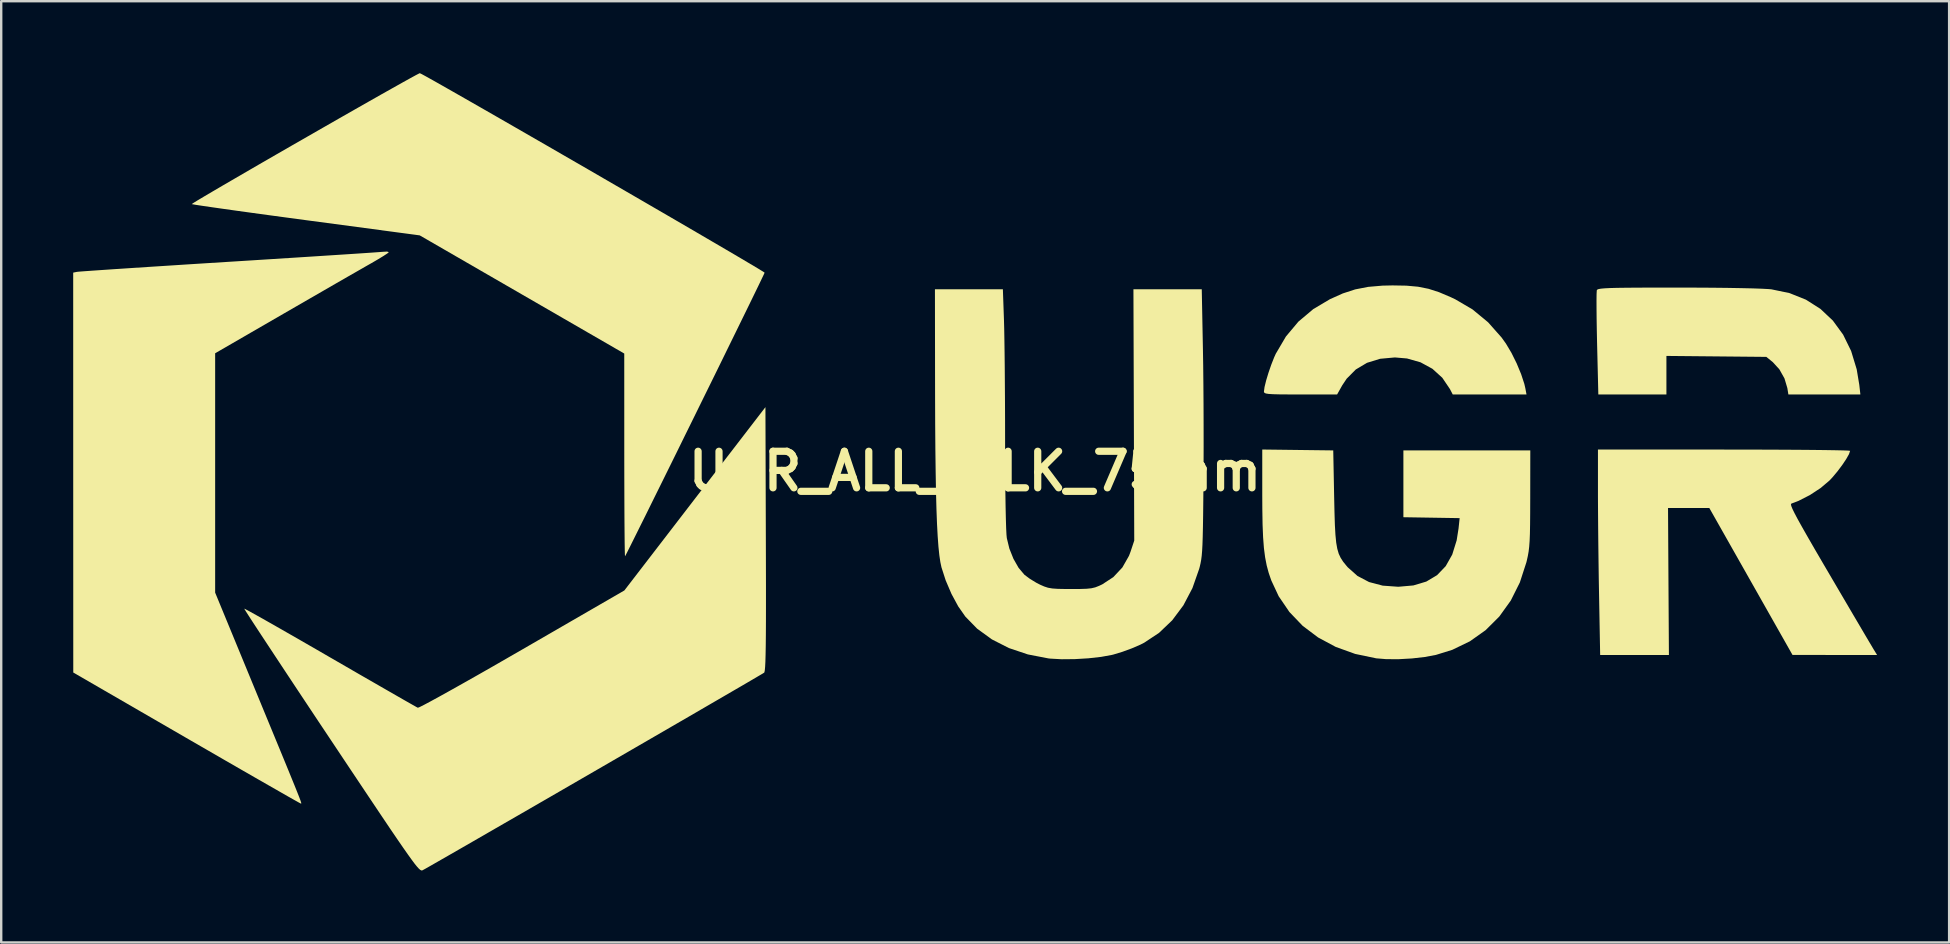
<source format=kicad_pcb>
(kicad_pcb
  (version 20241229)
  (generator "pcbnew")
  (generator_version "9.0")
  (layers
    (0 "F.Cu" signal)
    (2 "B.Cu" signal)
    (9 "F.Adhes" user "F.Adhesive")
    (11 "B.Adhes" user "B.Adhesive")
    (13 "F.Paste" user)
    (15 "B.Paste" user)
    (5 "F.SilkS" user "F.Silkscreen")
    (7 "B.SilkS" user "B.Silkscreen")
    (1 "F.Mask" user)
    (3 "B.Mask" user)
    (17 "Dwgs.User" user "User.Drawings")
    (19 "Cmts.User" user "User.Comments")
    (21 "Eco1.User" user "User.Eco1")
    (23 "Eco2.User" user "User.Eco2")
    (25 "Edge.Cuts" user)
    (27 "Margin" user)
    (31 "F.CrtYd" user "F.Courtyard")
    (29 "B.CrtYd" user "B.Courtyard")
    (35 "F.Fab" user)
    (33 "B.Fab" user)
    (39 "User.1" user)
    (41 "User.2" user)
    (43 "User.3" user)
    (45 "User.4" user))
  (footprint "UGR_ALL_SILK_75mm"
    (layer "F.Cu")
    (at 37.578 16.588)
    (property "Reference" "UGR_ALL_SILK_75mm" (at 0 0 0) (layer "F.SilkS") (effects (font (size 1.524 1.524) (thickness 0.3))))
    (attr board_only exclude_from_pos_files exclude_from_bom)
    (fp_poly (pts (xy 30.008 -7.653) (xy 30.701 -7.649) (xy 31.341 -7.642) (xy 31.914 -7.632) (xy 32.404 -7.621) (xy 32.796 -7.607) (xy 33.073 -7.592) (xy 33.185 -7.582) (xy 33.942 -7.424) (xy 34.625 -7.15) (xy 35.227 -6.767) (xy 35.745 -6.28) (xy 36.173 -5.694) (xy 36.506 -5.015) (xy 36.739 -4.249) (xy 36.847 -3.601) (xy 36.892 -3.201) (xy 33.892 -3.201) (xy 33.849 -3.467) (xy 33.729 -3.87) (xy 33.516 -4.249) (xy 33.242 -4.549) (xy 33.237 -4.553) (xy 32.973 -4.767) (xy 30.891 -4.787) (xy 28.81 -4.807) (xy 28.81 -3.201) (xy 25.973 -3.201) (xy 25.921 -5.321) (xy 25.91 -5.854) (xy 25.902 -6.345) (xy 25.898 -6.776) (xy 25.897 -7.129) (xy 25.9 -7.385) (xy 25.908 -7.527) (xy 25.911 -7.548) (xy 25.934 -7.573) (xy 25.987 -7.593) (xy 26.084 -7.61) (xy 26.235 -7.624) (xy 26.452 -7.635) (xy 26.746 -7.643) (xy 27.128 -7.648) (xy 27.61 -7.652) (xy 28.204 -7.654) (xy 28.92 -7.655) (xy 29.279 -7.655)) (stroke (width 0) (type solid)) (fill yes) (layer "F.SilkS"))
    (fp_poly (pts (xy 17.974 -7.735) (xy 18.459 -7.691) (xy 18.897 -7.604) (xy 19.335 -7.463) (xy 19.816 -7.259) (xy 20.012 -7.166) (xy 20.73 -6.745) (xy 21.379 -6.209) (xy 21.941 -5.575) (xy 22.122 -5.322) (xy 22.352 -4.936) (xy 22.57 -4.496) (xy 22.756 -4.048) (xy 22.89 -3.64) (xy 22.931 -3.462) (xy 22.98 -3.201) (xy 19.906 -3.201) (xy 19.789 -3.427) (xy 19.471 -3.897) (xy 19.059 -4.271) (xy 18.564 -4.541) (xy 18.001 -4.701) (xy 17.496 -4.744) (xy 16.88 -4.688) (xy 16.334 -4.52) (xy 15.867 -4.242) (xy 15.486 -3.858) (xy 15.302 -3.582) (xy 15.088 -3.201) (xy 13.563 -3.201) (xy 13.064 -3.202) (xy 12.687 -3.205) (xy 12.415 -3.212) (xy 12.232 -3.224) (xy 12.12 -3.242) (xy 12.061 -3.268) (xy 12.041 -3.303) (xy 12.039 -3.324) (xy 12.064 -3.51) (xy 12.131 -3.784) (xy 12.229 -4.108) (xy 12.344 -4.441) (xy 12.464 -4.746) (xy 12.532 -4.897) (xy 12.955 -5.616) (xy 13.476 -6.237) (xy 14.096 -6.759) (xy 14.788 -7.17) (xy 15.325 -7.411) (xy 15.841 -7.579) (xy 16.379 -7.684) (xy 16.98 -7.736) (xy 17.397 -7.745)) (stroke (width 0) (type solid)) (fill yes) (layer "F.SilkS"))
    (fp_poly (pts (xy 32.052 -0.904) (xy 32.852 -0.902) (xy 33.599 -0.899) (xy 34.283 -0.895) (xy 34.894 -0.89) (xy 35.42 -0.884) (xy 35.85 -0.877) (xy 36.175 -0.87) (xy 36.383 -0.862) (xy 36.463 -0.853) (xy 36.464 -0.852) (xy 36.42 -0.719) (xy 36.304 -0.512) (xy 36.136 -0.261) (xy 35.938 0.003) (xy 35.73 0.251) (xy 35.601 0.388) (xy 35.233 0.699) (xy 34.786 0.992) (xy 34.316 1.232) (xy 34.015 1.347) (xy 33.999 1.375) (xy 34.012 1.444) (xy 34.06 1.565) (xy 34.148 1.745) (xy 34.28 1.995) (xy 34.462 2.322) (xy 34.698 2.737) (xy 34.992 3.247) (xy 35.351 3.862) (xy 35.604 4.293) (xy 35.949 4.881) (xy 36.276 5.438) (xy 36.578 5.953) (xy 36.848 6.411) (xy 37.077 6.8) (xy 37.259 7.108) (xy 37.386 7.321) (xy 37.449 7.428) (xy 37.45 7.429) (xy 37.589 7.655) (xy 35.827 7.654) (xy 34.064 7.653) (xy 32.331 4.592) (xy 30.598 1.531) (xy 28.877 1.531) (xy 28.895 4.593) (xy 28.914 7.655) (xy 27.482 7.655) (xy 26.049 7.655) (xy 26.003 5.138) (xy 25.991 4.458) (xy 25.981 3.732) (xy 25.972 2.996) (xy 25.965 2.283) (xy 25.96 1.627) (xy 25.957 1.061) (xy 25.957 0.858) (xy 25.957 -0.905) (xy 31.211 -0.905)) (stroke (width 0) (type solid)) (fill yes) (layer "F.SilkS"))
    (fp_poly (pts (xy 14.927 -0.87) (xy 14.965 1.079) (xy 14.979 1.716) (xy 14.995 2.232) (xy 15.018 2.644) (xy 15.05 2.97) (xy 15.095 3.228) (xy 15.156 3.436) (xy 15.238 3.611) (xy 15.342 3.771) (xy 15.474 3.933) (xy 15.532 4.001) (xy 15.936 4.361) (xy 16.419 4.615) (xy 16.988 4.765) (xy 17.638 4.812) (xy 18.265 4.757) (xy 18.804 4.596) (xy 19.253 4.328) (xy 19.613 3.953) (xy 19.885 3.471) (xy 20.069 2.881) (xy 20.148 2.385) (xy 20.194 1.952) (xy 19.022 1.933) (xy 17.85 1.914) (xy 17.85 -0.87) (xy 23.138 -0.87) (xy 23.135 1.148) (xy 23.133 1.744) (xy 23.129 2.222) (xy 23.122 2.6) (xy 23.11 2.9) (xy 23.092 3.142) (xy 23.068 3.345) (xy 23.035 3.531) (xy 22.993 3.719) (xy 22.975 3.793) (xy 22.703 4.631) (xy 22.325 5.386) (xy 21.848 6.05) (xy 21.278 6.619) (xy 20.622 7.084) (xy 19.886 7.44) (xy 19.207 7.651) (xy 18.741 7.738) (xy 18.206 7.799) (xy 17.653 7.83) (xy 17.135 7.828) (xy 16.719 7.794) (xy 15.84 7.61) (xy 15.03 7.318) (xy 14.297 6.925) (xy 13.651 6.438) (xy 13.1 5.863) (xy 12.653 5.207) (xy 12.346 4.549) (xy 12.239 4.239) (xy 12.154 3.924) (xy 12.088 3.583) (xy 12.038 3.198) (xy 12.004 2.748) (xy 11.982 2.213) (xy 11.972 1.575) (xy 11.969 0.999) (xy 11.969 -0.907)) (stroke (width 0) (type solid)) (fill yes) (layer "F.SilkS"))
    (fp_poly (pts (xy -24.428 -9.133) (xy -24.428 -9.129) (xy -24.485 -9.079) (xy -24.642 -8.976) (xy -24.873 -8.835) (xy -25.156 -8.67) (xy -25.176 -8.659) (xy -25.391 -8.537) (xy -25.711 -8.353) (xy -26.12 -8.119) (xy -26.6 -7.843) (xy -27.137 -7.533) (xy -27.713 -7.201) (xy -28.314 -6.854) (xy -28.792 -6.578) (xy -31.663 -4.918) (xy -31.663 5.056) (xy -29.987 9.122) (xy -29.619 10.015) (xy -29.3 10.788) (xy -29.027 11.45) (xy -28.797 12.009) (xy -28.606 12.474) (xy -28.451 12.854) (xy -28.328 13.156) (xy -28.234 13.391) (xy -28.165 13.565) (xy -28.118 13.689) (xy -28.09 13.77) (xy -28.076 13.818) (xy -28.074 13.84) (xy -28.08 13.846) (xy -28.091 13.845) (xy -28.098 13.843) (xy -28.164 13.809) (xy -28.343 13.709) (xy -28.623 13.551) (xy -28.995 13.338) (xy -29.451 13.077) (xy -29.982 12.773) (xy -30.577 12.431) (xy -31.228 12.056) (xy -31.925 11.653) (xy -32.66 11.229) (xy -32.862 11.112) (xy -37.575 8.385) (xy -37.577 0.054) (xy -37.578 -8.278) (xy -37.422 -8.31) (xy -37.33 -8.319) (xy -37.11 -8.336) (xy -36.771 -8.36) (xy -36.324 -8.391) (xy -35.779 -8.428) (xy -35.146 -8.47) (xy -34.435 -8.516) (xy -33.656 -8.566) (xy -32.82 -8.62) (xy -31.937 -8.676) (xy -31.072 -8.73) (xy -30.151 -8.788) (xy -29.267 -8.844) (xy -28.429 -8.897) (xy -27.649 -8.947) (xy -26.936 -8.993) (xy -26.3 -9.034) (xy -25.753 -9.07) (xy -25.304 -9.1) (xy -24.963 -9.124) (xy -24.742 -9.14) (xy -24.652 -9.147) (xy -24.499 -9.155)) (stroke (width 0) (type solid)) (fill yes) (layer "F.SilkS"))
    (fp_poly (pts (xy -23.061 -16.553) (xy -22.877 -16.453) (xy -22.592 -16.294) (xy -22.214 -16.08) (xy -21.753 -15.818) (xy -21.217 -15.512) (xy -20.616 -15.168) (xy -19.958 -14.791) (xy -19.254 -14.386) (xy -18.511 -13.958) (xy -17.738 -13.513) (xy -16.946 -13.055) (xy -16.142 -12.591) (xy -15.337 -12.124) (xy -14.538 -11.661) (xy -13.755 -11.207) (xy -12.997 -10.767) (xy -12.273 -10.346) (xy -11.592 -9.949) (xy -10.963 -9.581) (xy -10.395 -9.249) (xy -9.898 -8.957) (xy -9.479 -8.709) (xy -9.149 -8.513) (xy -8.916 -8.372) (xy -8.789 -8.292) (xy -8.768 -8.275) (xy -8.798 -8.207) (xy -8.885 -8.025) (xy -9.022 -7.739) (xy -9.206 -7.361) (xy -9.431 -6.899) (xy -9.692 -6.366) (xy -9.983 -5.771) (xy -10.3 -5.125) (xy -10.636 -4.438) (xy -10.988 -3.722) (xy -11.35 -2.987) (xy -11.716 -2.242) (xy -12.082 -1.5) (xy -12.441 -0.769) (xy -12.79 -0.062) (xy -13.123 0.612) (xy -13.435 1.242) (xy -13.719 1.818) (xy -13.973 2.328) (xy -14.189 2.763) (xy -14.363 3.112) (xy -14.49 3.365) (xy -14.565 3.51) (xy -14.583 3.542) (xy -14.589 3.48) (xy -14.594 3.29) (xy -14.599 2.985) (xy -14.603 2.577) (xy -14.607 2.076) (xy -14.61 1.495) (xy -14.612 0.847) (xy -14.614 0.141) (xy -14.615 -0.609) (xy -14.615 -0.667) (xy -14.616 -4.906) (xy -18.877 -7.368) (xy -23.138 -9.83) (xy -27.887 -10.465) (xy -28.683 -10.572) (xy -29.437 -10.674) (xy -30.138 -10.77) (xy -30.775 -10.858) (xy -31.336 -10.937) (xy -31.812 -11.005) (xy -32.189 -11.06) (xy -32.459 -11.101) (xy -32.608 -11.127) (xy -32.636 -11.134) (xy -32.577 -11.176) (xy -32.408 -11.281) (xy -32.14 -11.441) (xy -31.785 -11.65) (xy -31.354 -11.903) (xy -30.857 -12.192) (xy -30.306 -12.512) (xy -29.713 -12.856) (xy -29.087 -13.217) (xy -28.441 -13.589) (xy -27.785 -13.965) (xy -27.131 -14.34) (xy -26.49 -14.707) (xy -25.873 -15.059) (xy -25.291 -15.39) (xy -24.756 -15.694) (xy -24.277 -15.963) (xy -23.868 -16.193) (xy -23.538 -16.376) (xy -23.3 -16.506) (xy -23.163 -16.577) (xy -23.135 -16.588)) (stroke (width 0) (type solid)) (fill yes) (layer "F.SilkS"))
    (fp_poly (pts (xy -8.716 2.818) (xy -8.713 3.864) (xy -8.711 4.778) (xy -8.711 5.568) (xy -8.712 6.243) (xy -8.715 6.809) (xy -8.72 7.275) (xy -8.727 7.648) (xy -8.735 7.936) (xy -8.746 8.146) (xy -8.759 8.288) (xy -8.774 8.367) (xy -8.785 8.39) (xy -8.852 8.432) (xy -9.031 8.537) (xy -9.312 8.702) (xy -9.686 8.921) (xy -10.144 9.187) (xy -10.677 9.497) (xy -11.276 9.845) (xy -11.931 10.226) (xy -12.634 10.633) (xy -13.376 11.063) (xy -14.146 11.509) (xy -14.937 11.967) (xy -15.739 12.431) (xy -16.543 12.896) (xy -17.339 13.357) (xy -18.12 13.808) (xy -18.874 14.244) (xy -19.595 14.659) (xy -20.271 15.049) (xy -20.895 15.409) (xy -21.456 15.732) (xy -21.947 16.014) (xy -22.357 16.249) (xy -22.678 16.433) (xy -22.9 16.559) (xy -23.015 16.622) (xy -23.015 16.623) (xy -23.044 16.633) (xy -23.077 16.63) (xy -23.119 16.607) (xy -23.176 16.557) (xy -23.251 16.474) (xy -23.351 16.351) (xy -23.478 16.18) (xy -23.639 15.956) (xy -23.838 15.672) (xy -24.08 15.32) (xy -24.37 14.894) (xy -24.711 14.387) (xy -25.11 13.792) (xy -25.57 13.104) (xy -26.098 12.314) (xy -26.696 11.417) (xy -26.823 11.226) (xy -27.347 10.441) (xy -27.847 9.688) (xy -28.32 8.976) (xy -28.758 8.314) (xy -29.158 7.709) (xy -29.514 7.169) (xy -29.821 6.703) (xy -30.073 6.318) (xy -30.265 6.022) (xy -30.392 5.823) (xy -30.448 5.73) (xy -30.451 5.723) (xy -30.388 5.753) (xy -30.215 5.846) (xy -29.943 5.997) (xy -29.582 6.2) (xy -29.144 6.449) (xy -28.638 6.738) (xy -28.075 7.061) (xy -27.465 7.412) (xy -26.866 7.759) (xy -26.22 8.132) (xy -25.61 8.485) (xy -25.044 8.81) (xy -24.535 9.103) (xy -24.093 9.357) (xy -23.73 9.565) (xy -23.455 9.721) (xy -23.28 9.82) (xy -23.216 9.853) (xy -23.142 9.825) (xy -22.958 9.732) (xy -22.673 9.58) (xy -22.298 9.375) (xy -21.841 9.121) (xy -21.314 8.825) (xy -20.725 8.492) (xy -20.085 8.127) (xy -19.404 7.735) (xy -18.869 7.427) (xy -14.612 4.966) (xy -11.673 1.146) (xy -8.733 -2.673)) (stroke (width 0) (type solid)) (fill yes) (layer "F.SilkS"))
    (fp_poly (pts (xy 1.207 -6.28) (xy 1.216 -5.948) (xy 1.224 -5.495) (xy 1.232 -4.943) (xy 1.239 -4.312) (xy 1.244 -3.62) (xy 1.249 -2.887) (xy 1.252 -2.134) (xy 1.253 -1.38) (xy 1.253 -1.322) (xy 1.254 -0.531) (xy 1.259 0.206) (xy 1.265 0.876) (xy 1.274 1.467) (xy 1.285 1.967) (xy 1.297 2.363) (xy 1.311 2.643) (xy 1.325 2.784) (xy 1.431 3.22) (xy 1.602 3.648) (xy 1.817 4.025) (xy 2.055 4.307) (xy 2.069 4.319) (xy 2.282 4.478) (xy 2.55 4.642) (xy 2.711 4.725) (xy 2.883 4.8) (xy 3.041 4.852) (xy 3.219 4.883) (xy 3.449 4.899) (xy 3.766 4.905) (xy 4.001 4.906) (xy 4.38 4.904) (xy 4.652 4.895) (xy 4.852 4.874) (xy 5.012 4.836) (xy 5.167 4.775) (xy 5.303 4.711) (xy 5.764 4.409) (xy 6.141 4.006) (xy 6.416 3.522) (xy 6.479 3.356) (xy 6.635 2.888) (xy 6.618 -2.349) (xy 6.601 -7.585) (xy 9.448 -7.585) (xy 9.497 -5.063) (xy 9.508 -4.397) (xy 9.516 -3.628) (xy 9.522 -2.79) (xy 9.525 -1.918) (xy 9.526 -1.048) (xy 9.524 -0.215) (xy 9.519 0.487) (xy 9.512 1.221) (xy 9.505 1.831) (xy 9.497 2.331) (xy 9.488 2.735) (xy 9.477 3.058) (xy 9.463 3.316) (xy 9.446 3.521) (xy 9.424 3.69) (xy 9.397 3.836) (xy 9.365 3.975) (xy 9.339 4.071) (xy 9.059 4.869) (xy 8.683 5.585) (xy 8.217 6.209) (xy 7.669 6.732) (xy 7.048 7.144) (xy 6.889 7.225) (xy 6.535 7.378) (xy 6.136 7.524) (xy 5.767 7.636) (xy 5.706 7.651) (xy 5.257 7.733) (xy 4.723 7.793) (xy 4.157 7.827) (xy 3.611 7.832) (xy 3.137 7.806) (xy 3.053 7.796) (xy 2.201 7.631) (xy 1.413 7.366) (xy 0.705 7.006) (xy 0.088 6.558) (xy -0.401 6.057) (xy -0.699 5.631) (xy -0.98 5.112) (xy -1.222 4.547) (xy -1.398 4.001) (xy -1.445 3.781) (xy -1.487 3.496) (xy -1.524 3.139) (xy -1.556 2.704) (xy -1.584 2.182) (xy -1.607 1.568) (xy -1.626 0.853) (xy -1.64 0.031) (xy -1.652 -0.905) (xy -1.66 -1.962) (xy -1.664 -3.148) (xy -1.665 -3.81) (xy -1.67 -7.585) (xy 1.161 -7.585)) (stroke (width 0) (type solid)) (fill yes) (layer "F.SilkS")))
  (gr_rect
    (start -3 -3)
    (end 78.168 36.221)
    (stroke (width 0.1) (type default))
    (fill no)
    (layer "Edge.Cuts")))
</source>
